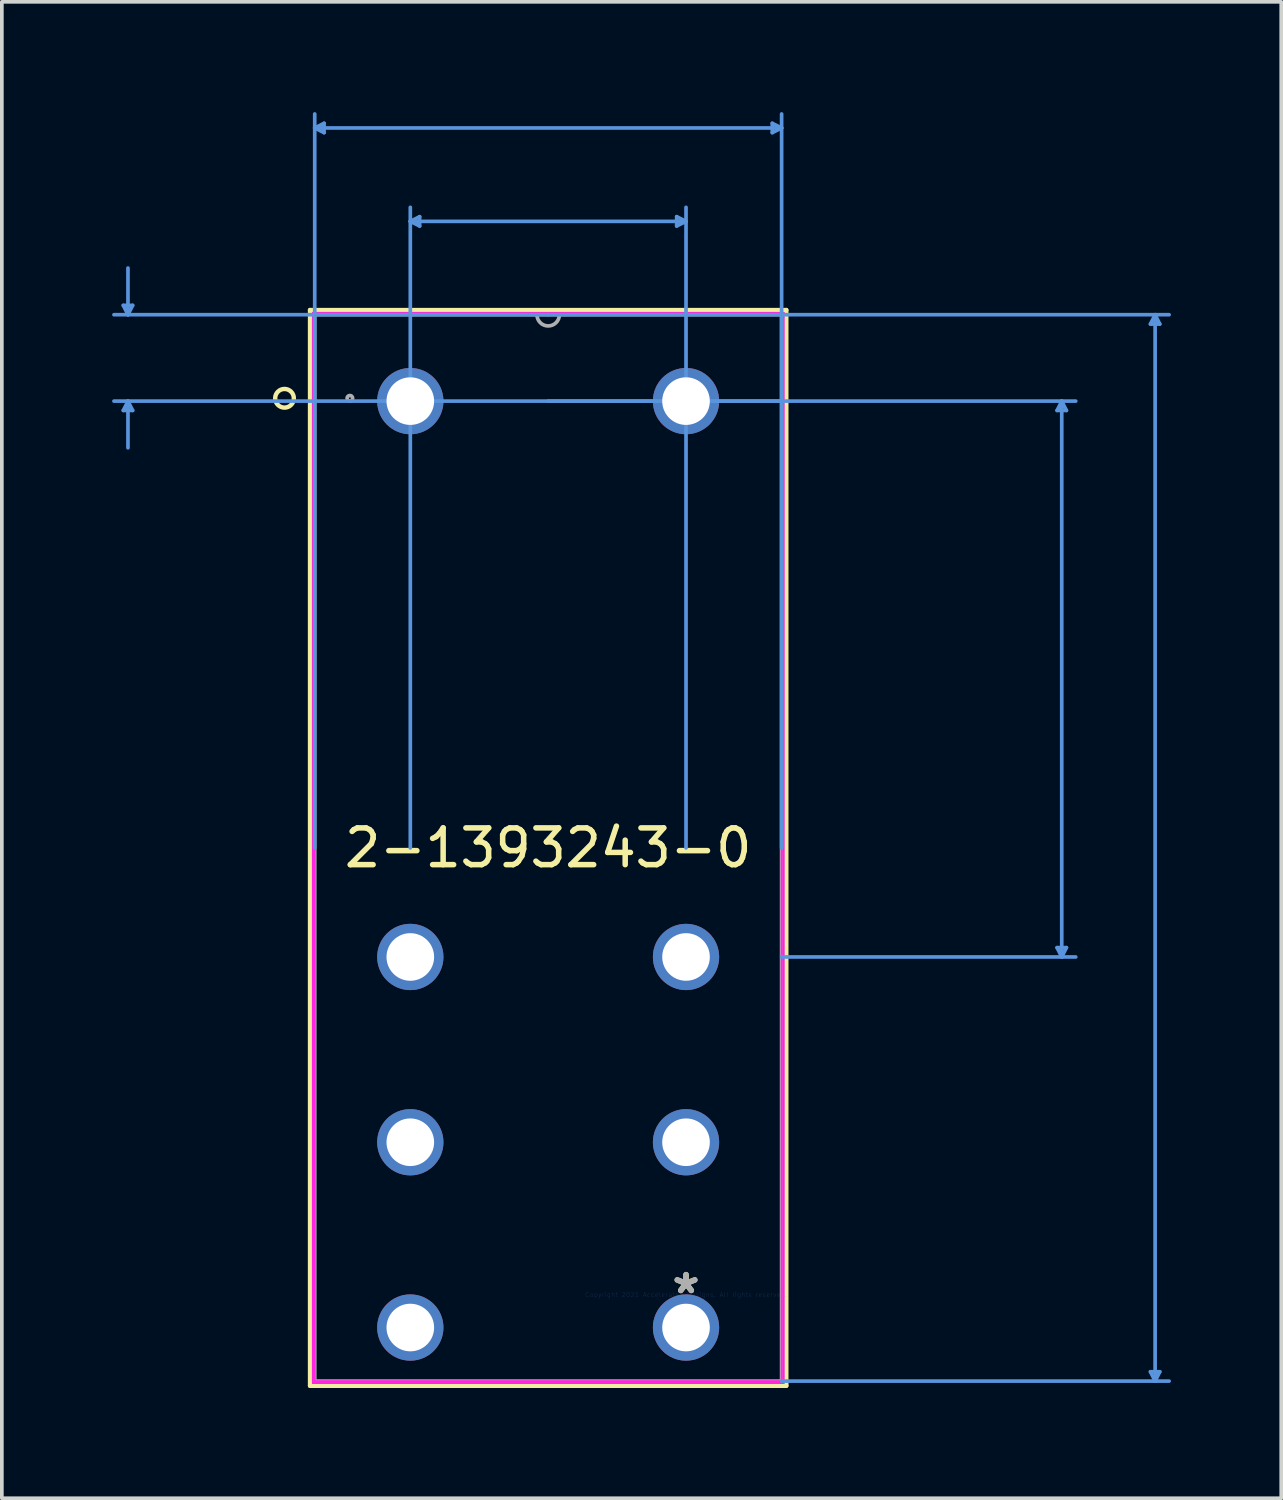
<source format=kicad_pcb>
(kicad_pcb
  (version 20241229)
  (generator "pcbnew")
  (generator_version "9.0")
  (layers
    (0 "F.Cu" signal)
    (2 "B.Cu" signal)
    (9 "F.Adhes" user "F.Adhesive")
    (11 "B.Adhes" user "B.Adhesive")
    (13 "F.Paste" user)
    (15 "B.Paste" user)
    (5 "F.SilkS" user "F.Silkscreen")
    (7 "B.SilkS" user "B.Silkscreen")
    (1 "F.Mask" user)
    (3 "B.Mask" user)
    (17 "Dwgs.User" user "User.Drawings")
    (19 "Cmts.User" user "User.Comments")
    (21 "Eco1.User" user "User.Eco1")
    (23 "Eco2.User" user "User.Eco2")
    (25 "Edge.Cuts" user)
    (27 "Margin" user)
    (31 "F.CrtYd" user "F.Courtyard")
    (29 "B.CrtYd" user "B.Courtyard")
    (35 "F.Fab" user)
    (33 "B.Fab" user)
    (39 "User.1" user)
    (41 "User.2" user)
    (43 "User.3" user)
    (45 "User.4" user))
  (footprint "2-1393243-0"
    (layer "F.Cu")
    (at 15.611 32.168)
    (property "Reference" "2-1393243-0" (at -3.75 -12.153 0) (layer "F.SilkS") (effects (font (size 1 1) (thickness 0.15))))
    (attr through_hole)
    (fp_line (start -10.227 -26.784) (end -10.227 2.477) (stroke (width 0.12) (type solid)) (layer "F.SilkS"))
    (fp_line (start -10.227 2.477) (end 2.727 2.477) (stroke (width 0.12) (type solid)) (layer "F.SilkS"))
    (fp_line (start 2.727 -26.784) (end -10.227 -26.784) (stroke (width 0.12) (type solid)) (layer "F.SilkS"))
    (fp_line (start 2.727 2.477) (end 2.727 -26.784) (stroke (width 0.12) (type solid)) (layer "F.SilkS"))
    (fp_circle (center -10.922 -24.384) (end -10.668 -24.384) (stroke (width 0.12) (type solid)) (fill no) (layer "F.SilkS"))
    (fp_line (start -15.307 -26.911) (end -15.053 -26.911) (stroke (width 0.1) (type solid)) (layer "Cmts.User"))
    (fp_line (start -15.307 -24.053) (end -15.053 -24.053) (stroke (width 0.1) (type solid)) (layer "Cmts.User"))
    (fp_line (start -15.18 -26.657) (end -15.307 -26.911) (stroke (width 0.1) (type solid)) (layer "Cmts.User"))
    (fp_line (start -15.18 -26.657) (end -15.18 -27.927) (stroke (width 0.1) (type solid)) (layer "Cmts.User"))
    (fp_line (start -15.18 -26.657) (end -15.053 -26.911) (stroke (width 0.1) (type solid)) (layer "Cmts.User"))
    (fp_line (start -15.18 -24.307) (end -15.307 -24.053) (stroke (width 0.1) (type solid)) (layer "Cmts.User"))
    (fp_line (start -15.18 -24.307) (end -15.18 -23.037) (stroke (width 0.1) (type solid)) (layer "Cmts.User"))
    (fp_line (start -15.18 -24.307) (end -15.053 -24.053) (stroke (width 0.1) (type solid)) (layer "Cmts.User"))
    (fp_line (start -10.1 -31.737) (end -9.846 -31.864) (stroke (width 0.1) (type solid)) (layer "Cmts.User"))
    (fp_line (start -10.1 -31.737) (end -9.846 -31.61) (stroke (width 0.1) (type solid)) (layer "Cmts.User"))
    (fp_line (start -10.1 -31.737) (end 2.6 -31.737) (stroke (width 0.1) (type solid)) (layer "Cmts.User"))
    (fp_line (start -10.1 -12.153) (end -10.1 -32.118) (stroke (width 0.1) (type solid)) (layer "Cmts.User"))
    (fp_line (start -9.846 -31.864) (end -9.846 -31.61) (stroke (width 0.1) (type solid)) (layer "Cmts.User"))
    (fp_line (start -7.5 -29.197) (end -7.246 -29.324) (stroke (width 0.1) (type solid)) (layer "Cmts.User"))
    (fp_line (start -7.5 -29.197) (end -7.246 -29.07) (stroke (width 0.1) (type solid)) (layer "Cmts.User"))
    (fp_line (start -7.5 -29.197) (end 0 -29.197) (stroke (width 0.1) (type solid)) (layer "Cmts.User"))
    (fp_line (start -7.5 -12.153) (end -7.5 -29.578) (stroke (width 0.1) (type solid)) (layer "Cmts.User"))
    (fp_line (start -7.246 -29.324) (end -7.246 -29.07) (stroke (width 0.1) (type solid)) (layer "Cmts.User"))
    (fp_line (start -3.75 -26.657) (end -15.561 -26.657) (stroke (width 0.1) (type solid)) (layer "Cmts.User"))
    (fp_line (start -3.75 -26.657) (end 13.141 -26.657) (stroke (width 0.1) (type solid)) (layer "Cmts.User"))
    (fp_line (start -3.75 -24.307) (end 10.601 -24.307) (stroke (width 0.1) (type solid)) (layer "Cmts.User"))
    (fp_line (start -0.254 -29.324) (end -0.254 -29.07) (stroke (width 0.1) (type solid)) (layer "Cmts.User"))
    (fp_line (start 0 -29.197) (end -0.254 -29.324) (stroke (width 0.1) (type solid)) (layer "Cmts.User"))
    (fp_line (start 0 -29.197) (end -0.254 -29.07) (stroke (width 0.1) (type solid)) (layer "Cmts.User"))
    (fp_line (start 0 -12.153) (end 0 -29.578) (stroke (width 0.1) (type solid)) (layer "Cmts.User"))
    (fp_line (start 2.346 -31.864) (end 2.346 -31.61) (stroke (width 0.1) (type solid)) (layer "Cmts.User"))
    (fp_line (start 2.6 -31.737) (end 2.346 -31.864) (stroke (width 0.1) (type solid)) (layer "Cmts.User"))
    (fp_line (start 2.6 -31.737) (end 2.346 -31.61) (stroke (width 0.1) (type solid)) (layer "Cmts.User"))
    (fp_line (start 2.6 -24.307) (end -15.561 -24.307) (stroke (width 0.1) (type solid)) (layer "Cmts.User"))
    (fp_line (start 2.6 -12.153) (end 2.6 -32.118) (stroke (width 0.1) (type solid)) (layer "Cmts.User"))
    (fp_line (start 2.6 -9.187) (end 10.601 -9.187) (stroke (width 0.1) (type solid)) (layer "Cmts.User"))
    (fp_line (start 2.6 2.35) (end 13.141 2.35) (stroke (width 0.1) (type solid)) (layer "Cmts.User"))
    (fp_line (start 10.093 -24.053) (end 10.347 -24.053) (stroke (width 0.1) (type solid)) (layer "Cmts.User"))
    (fp_line (start 10.093 -9.441) (end 10.347 -9.441) (stroke (width 0.1) (type solid)) (layer "Cmts.User"))
    (fp_line (start 10.22 -24.307) (end 10.093 -24.053) (stroke (width 0.1) (type solid)) (layer "Cmts.User"))
    (fp_line (start 10.22 -24.307) (end 10.22 -9.187) (stroke (width 0.1) (type solid)) (layer "Cmts.User"))
    (fp_line (start 10.22 -24.307) (end 10.347 -24.053) (stroke (width 0.1) (type solid)) (layer "Cmts.User"))
    (fp_line (start 10.22 -9.187) (end 10.093 -9.441) (stroke (width 0.1) (type solid)) (layer "Cmts.User"))
    (fp_line (start 10.22 -9.187) (end 10.347 -9.441) (stroke (width 0.1) (type solid)) (layer "Cmts.User"))
    (fp_line (start 12.633 -26.403) (end 12.887 -26.403) (stroke (width 0.1) (type solid)) (layer "Cmts.User"))
    (fp_line (start 12.633 2.096) (end 12.887 2.096) (stroke (width 0.1) (type solid)) (layer "Cmts.User"))
    (fp_line (start 12.76 -26.657) (end 12.633 -26.403) (stroke (width 0.1) (type solid)) (layer "Cmts.User"))
    (fp_line (start 12.76 -26.657) (end 12.76 2.35) (stroke (width 0.1) (type solid)) (layer "Cmts.User"))
    (fp_line (start 12.76 -26.657) (end 12.887 -26.403) (stroke (width 0.1) (type solid)) (layer "Cmts.User"))
    (fp_line (start 12.76 2.35) (end 12.633 2.096) (stroke (width 0.1) (type solid)) (layer "Cmts.User"))
    (fp_line (start 12.76 2.35) (end 12.887 2.096) (stroke (width 0.1) (type solid)) (layer "Cmts.User"))
    (fp_line (start -10.151 -26.708) (end 2.651 -26.708) (stroke (width 0.05) (type solid)) (layer "F.CrtYd"))
    (fp_line (start -10.151 -26.708) (end 2.651 -26.708) (stroke (width 0.05) (type solid)) (layer "F.CrtYd"))
    (fp_line (start -10.151 2.401) (end -10.151 -26.708) (stroke (width 0.05) (type solid)) (layer "F.CrtYd"))
    (fp_line (start -10.151 2.401) (end -10.151 -26.708) (stroke (width 0.05) (type solid)) (layer "F.CrtYd"))
    (fp_line (start -10.1 -26.657) (end 2.6 -26.657) (stroke (width 0.05) (type solid)) (layer "F.CrtYd"))
    (fp_line (start -10.1 2.35) (end -10.1 -26.657) (stroke (width 0.05) (type solid)) (layer "F.CrtYd"))
    (fp_line (start 2.6 -26.657) (end 2.6 2.35) (stroke (width 0.05) (type solid)) (layer "F.CrtYd"))
    (fp_line (start 2.6 2.35) (end -10.1 2.35) (stroke (width 0.05) (type solid)) (layer "F.CrtYd"))
    (fp_line (start 2.651 -26.708) (end 2.651 2.401) (stroke (width 0.05) (type solid)) (layer "F.CrtYd"))
    (fp_line (start 2.651 -26.708) (end 2.651 2.401) (stroke (width 0.05) (type solid)) (layer "F.CrtYd"))
    (fp_line (start 2.651 2.401) (end -10.151 2.401) (stroke (width 0.05) (type solid)) (layer "F.CrtYd"))
    (fp_line (start 2.651 2.401) (end -10.151 2.401) (stroke (width 0.05) (type solid)) (layer "F.CrtYd"))
    (fp_line (start -10.1 -26.657) (end -10.1 2.35) (stroke (width 0.1) (type solid)) (layer "F.Fab"))
    (fp_line (start -10.1 2.35) (end 2.6 2.35) (stroke (width 0.1) (type solid)) (layer "F.Fab"))
    (fp_line (start 2.6 -26.657) (end -10.1 -26.657) (stroke (width 0.1) (type solid)) (layer "F.Fab"))
    (fp_line (start 2.6 2.35) (end 2.6 -26.657) (stroke (width 0.1) (type solid)) (layer "F.Fab"))
    (fp_arc (start -3.4452 -26.6568) (mid -3.75 -26.352) (end -4.0548 -26.6568) (stroke (width 0.1) (type solid)) (layer "F.Fab"))
    (fp_circle (center -9.144 -24.384) (end -9.068 -24.384) (stroke (width 0.1) (type solid)) (fill no) (layer "F.Fab"))
    (fp_text user "*" (at 0 0 0) (layer "F.SilkS") (effects (font (size 1 1) (thickness 0.15))))
    (fp_text user "Copyright 2021 Accelerated Designs. All rights reserved." (at 0 0 0) (layer "Cmts.User") (effects (font (size 0.127 0.127) (thickness 0.002))))
    (fp_text user "*" (at 0 0 0) (layer "F.Fab") (effects (font (size 1 1) (thickness 0.15))))
    (pad "11" thru_hole circle (at -7.5 -4.147) (size 1.803 1.803) (drill 1.295) (layers "*.Cu" "*.Mask"))
    (pad "12" thru_hole circle (at -7.5 -9.187) (size 1.803 1.803) (drill 1.295) (layers "*.Cu" "*.Mask"))
    (pad "14" thru_hole circle (at -7.5 0.893) (size 1.803 1.803) (drill 1.295) (layers "*.Cu" "*.Mask"))
    (pad "21" thru_hole circle (at 0 -4.147) (size 1.803 1.803) (drill 1.295) (layers "*.Cu" "*.Mask"))
    (pad "22" thru_hole circle (at 0 -9.187) (size 1.803 1.803) (drill 1.295) (layers "*.Cu" "*.Mask"))
    (pad "24" thru_hole circle (at 0 0.893) (size 1.803 1.803) (drill 1.295) (layers "*.Cu" "*.Mask"))
    (pad "A1" thru_hole circle (at -7.5 -24.307) (size 1.803 1.803) (drill 1.295) (layers "*.Cu" "*.Mask"))
    (pad "A2" thru_hole circle (at 0 -24.307) (size 1.803 1.803) (drill 1.295) (layers "*.Cu" "*.Mask")))
  (gr_rect
    (start -3 -3)
    (end 31.802 37.705)
    (stroke (width 0.1) (type default))
    (fill no)
    (layer "Edge.Cuts")))
</source>
